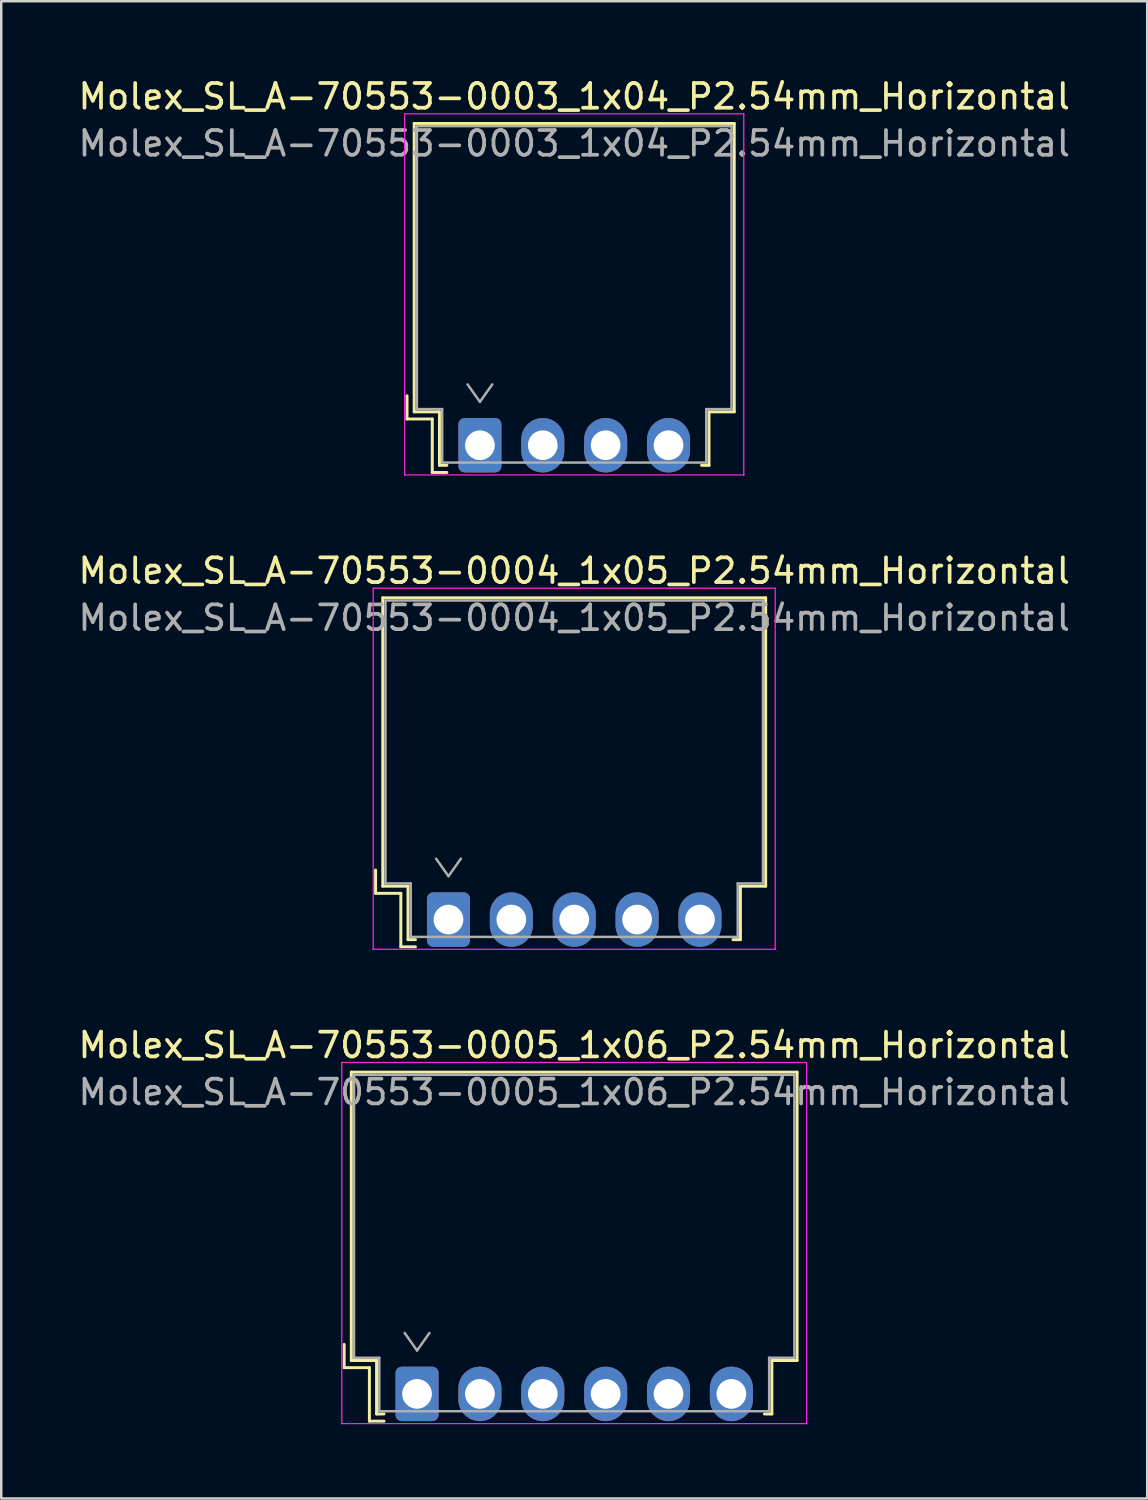
<source format=kicad_pcb>
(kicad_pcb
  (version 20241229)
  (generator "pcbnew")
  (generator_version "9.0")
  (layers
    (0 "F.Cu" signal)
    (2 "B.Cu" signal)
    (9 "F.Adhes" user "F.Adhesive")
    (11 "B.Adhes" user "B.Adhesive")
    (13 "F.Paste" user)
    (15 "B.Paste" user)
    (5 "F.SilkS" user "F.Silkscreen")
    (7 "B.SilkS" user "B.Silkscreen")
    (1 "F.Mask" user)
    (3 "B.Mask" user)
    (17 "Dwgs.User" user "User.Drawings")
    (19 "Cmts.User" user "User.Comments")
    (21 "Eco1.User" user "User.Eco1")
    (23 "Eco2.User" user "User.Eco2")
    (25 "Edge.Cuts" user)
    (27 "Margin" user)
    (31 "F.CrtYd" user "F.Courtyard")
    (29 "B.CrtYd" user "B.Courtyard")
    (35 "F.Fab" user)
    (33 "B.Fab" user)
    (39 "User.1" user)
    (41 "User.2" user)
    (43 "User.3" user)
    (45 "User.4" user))
  (footprint "Molex_SL_A-70553-0004_1x05_P2.54mm_Horizontal"
    (layer "F.Cu")
    (at 15.069 34.102)
    (property "Reference" "Molex_SL_A-70553-0004_1x05_P2.54mm_Horizontal" (at 5.08 -14.09 0) (layer "F.SilkS") (effects (font (size 1 1) (thickness 0.15))))
    (attr through_hole)
    (fp_line (start -2.945 -2) (end -2.945 -1.06) (stroke (width 0.12) (type solid)) (layer "F.SilkS"))
    (fp_line (start -2.945 -1.06) (end -1.925 -1.06) (stroke (width 0.12) (type solid)) (layer "F.SilkS"))
    (fp_line (start -2.655 -13) (end 12.815 -13) (stroke (width 0.12) (type solid)) (layer "F.SilkS"))
    (fp_line (start -2.655 -1.35) (end -2.655 -13) (stroke (width 0.12) (type solid)) (layer "F.SilkS"))
    (fp_line (start -2.655 -1.35) (end -1.635 -1.35) (stroke (width 0.12) (type solid)) (layer "F.SilkS"))
    (fp_line (start -1.925 -1.06) (end -1.925 1.1) (stroke (width 0.12) (type solid)) (layer "F.SilkS"))
    (fp_line (start -1.925 1.1) (end -1.335 1.1) (stroke (width 0.12) (type solid)) (layer "F.SilkS"))
    (fp_line (start -1.635 -1.35) (end -1.635 0.81) (stroke (width 0.12) (type solid)) (layer "F.SilkS"))
    (fp_line (start -1.635 0.81) (end -1.335 0.81) (stroke (width 0.12) (type solid)) (layer "F.SilkS"))
    (fp_line (start 11.795 -1.35) (end 11.795 0.81) (stroke (width 0.12) (type solid)) (layer "F.SilkS"))
    (fp_line (start 11.795 0.81) (end 11.495 0.81) (stroke (width 0.12) (type solid)) (layer "F.SilkS"))
    (fp_line (start 12.815 -13) (end 12.815 -1.35) (stroke (width 0.12) (type solid)) (layer "F.SilkS"))
    (fp_line (start 12.815 -1.35) (end 11.795 -1.35) (stroke (width 0.12) (type solid)) (layer "F.SilkS"))
    (fp_line (start -3.04 -13.39) (end -3.04 1.2) (stroke (width 0.05) (type solid)) (layer "F.CrtYd"))
    (fp_line (start -3.04 1.2) (end -3.04 1.2) (stroke (width 0.05) (type solid)) (layer "F.CrtYd"))
    (fp_line (start -3.04 1.2) (end -3.04 1.2) (stroke (width 0.05) (type solid)) (layer "F.CrtYd"))
    (fp_line (start -3.04 1.2) (end 13.2 1.2) (stroke (width 0.05) (type solid)) (layer "F.CrtYd"))
    (fp_line (start 13.2 -13.39) (end -3.04 -13.39) (stroke (width 0.05) (type solid)) (layer "F.CrtYd"))
    (fp_line (start 13.2 1.2) (end 13.2 -13.39) (stroke (width 0.05) (type solid)) (layer "F.CrtYd"))
    (fp_line (start 13.2 1.2) (end 13.2 1.2) (stroke (width 0.05) (type solid)) (layer "F.CrtYd"))
    (fp_line (start 13.2 1.2) (end 13.2 1.2) (stroke (width 0.05) (type solid)) (layer "F.CrtYd"))
    (fp_line (start -2.545 -12.89) (end -2.545 -1.46) (stroke (width 0.1) (type solid)) (layer "F.Fab"))
    (fp_line (start -2.545 -1.46) (end -1.525 -1.46) (stroke (width 0.1) (type solid)) (layer "F.Fab"))
    (fp_line (start -1.525 -1.46) (end -1.525 0.7) (stroke (width 0.1) (type solid)) (layer "F.Fab"))
    (fp_line (start -1.525 0.7) (end 11.685 0.7) (stroke (width 0.1) (type solid)) (layer "F.Fab"))
    (fp_line (start -0.5 -2.46) (end 0 -1.753) (stroke (width 0.1) (type solid)) (layer "F.Fab"))
    (fp_line (start 0 -1.753) (end 0.5 -2.46) (stroke (width 0.1) (type solid)) (layer "F.Fab"))
    (fp_line (start 11.685 -1.46) (end 12.705 -1.46) (stroke (width 0.1) (type solid)) (layer "F.Fab"))
    (fp_line (start 11.685 0.7) (end 11.685 -1.46) (stroke (width 0.1) (type solid)) (layer "F.Fab"))
    (fp_line (start 12.705 -12.89) (end -2.545 -12.89) (stroke (width 0.1) (type solid)) (layer "F.Fab"))
    (fp_line (start 12.705 -1.46) (end 12.705 -12.89) (stroke (width 0.1) (type solid)) (layer "F.Fab"))
    (fp_text user "${REFERENCE}" (at 5.08 -12.19 0) (layer "F.Fab") (effects (font (size 1 1) (thickness 0.15))))
    (pad "1" thru_hole roundrect (at 0 0) (size 1.74 2.2) (drill 1.2) (layers "*.Cu" "*.Mask") (roundrect_rratio 0.144))
    (pad "2" thru_hole oval (at 2.54 0) (size 1.74 2.2) (drill 1.2) (layers "*.Cu" "*.Mask"))
    (pad "3" thru_hole oval (at 5.08 0) (size 1.74 2.2) (drill 1.2) (layers "*.Cu" "*.Mask"))
    (pad "4" thru_hole oval (at 7.62 0) (size 1.74 2.2) (drill 1.2) (layers "*.Cu" "*.Mask"))
    (pad "5" thru_hole oval (at 10.16 0) (size 1.74 2.2) (drill 1.2) (layers "*.Cu" "*.Mask")))
  (footprint "Molex_SL_A-70553-0003_1x04_P2.54mm_Horizontal"
    (layer "F.Cu")
    (at 16.339 14.938)
    (property "Reference" "Molex_SL_A-70553-0003_1x04_P2.54mm_Horizontal" (at 3.81 -14.09 0) (layer "F.SilkS") (effects (font (size 1 1) (thickness 0.15))))
    (attr through_hole)
    (fp_line (start -2.945 -2) (end -2.945 -1.06) (stroke (width 0.12) (type solid)) (layer "F.SilkS"))
    (fp_line (start -2.945 -1.06) (end -1.925 -1.06) (stroke (width 0.12) (type solid)) (layer "F.SilkS"))
    (fp_line (start -2.655 -13) (end 10.275 -13) (stroke (width 0.12) (type solid)) (layer "F.SilkS"))
    (fp_line (start -2.655 -1.35) (end -2.655 -13) (stroke (width 0.12) (type solid)) (layer "F.SilkS"))
    (fp_line (start -2.655 -1.35) (end -1.635 -1.35) (stroke (width 0.12) (type solid)) (layer "F.SilkS"))
    (fp_line (start -1.925 -1.06) (end -1.925 1.1) (stroke (width 0.12) (type solid)) (layer "F.SilkS"))
    (fp_line (start -1.925 1.1) (end -1.335 1.1) (stroke (width 0.12) (type solid)) (layer "F.SilkS"))
    (fp_line (start -1.635 -1.35) (end -1.635 0.81) (stroke (width 0.12) (type solid)) (layer "F.SilkS"))
    (fp_line (start -1.635 0.81) (end -1.335 0.81) (stroke (width 0.12) (type solid)) (layer "F.SilkS"))
    (fp_line (start 9.255 -1.35) (end 9.255 0.81) (stroke (width 0.12) (type solid)) (layer "F.SilkS"))
    (fp_line (start 9.255 0.81) (end 8.955 0.81) (stroke (width 0.12) (type solid)) (layer "F.SilkS"))
    (fp_line (start 10.275 -13) (end 10.275 -1.35) (stroke (width 0.12) (type solid)) (layer "F.SilkS"))
    (fp_line (start 10.275 -1.35) (end 9.255 -1.35) (stroke (width 0.12) (type solid)) (layer "F.SilkS"))
    (fp_line (start -3.04 -13.39) (end -3.04 1.2) (stroke (width 0.05) (type solid)) (layer "F.CrtYd"))
    (fp_line (start -3.04 1.2) (end -3.04 1.2) (stroke (width 0.05) (type solid)) (layer "F.CrtYd"))
    (fp_line (start -3.04 1.2) (end -3.04 1.2) (stroke (width 0.05) (type solid)) (layer "F.CrtYd"))
    (fp_line (start -3.04 1.2) (end 10.66 1.2) (stroke (width 0.05) (type solid)) (layer "F.CrtYd"))
    (fp_line (start 10.66 -13.39) (end -3.04 -13.39) (stroke (width 0.05) (type solid)) (layer "F.CrtYd"))
    (fp_line (start 10.66 1.2) (end 10.66 -13.39) (stroke (width 0.05) (type solid)) (layer "F.CrtYd"))
    (fp_line (start 10.66 1.2) (end 10.66 1.2) (stroke (width 0.05) (type solid)) (layer "F.CrtYd"))
    (fp_line (start 10.66 1.2) (end 10.66 1.2) (stroke (width 0.05) (type solid)) (layer "F.CrtYd"))
    (fp_line (start -2.545 -12.89) (end -2.545 -1.46) (stroke (width 0.1) (type solid)) (layer "F.Fab"))
    (fp_line (start -2.545 -1.46) (end -1.525 -1.46) (stroke (width 0.1) (type solid)) (layer "F.Fab"))
    (fp_line (start -1.525 -1.46) (end -1.525 0.7) (stroke (width 0.1) (type solid)) (layer "F.Fab"))
    (fp_line (start -1.525 0.7) (end 9.145 0.7) (stroke (width 0.1) (type solid)) (layer "F.Fab"))
    (fp_line (start -0.5 -2.46) (end 0 -1.753) (stroke (width 0.1) (type solid)) (layer "F.Fab"))
    (fp_line (start 0 -1.753) (end 0.5 -2.46) (stroke (width 0.1) (type solid)) (layer "F.Fab"))
    (fp_line (start 9.145 -1.46) (end 10.165 -1.46) (stroke (width 0.1) (type solid)) (layer "F.Fab"))
    (fp_line (start 9.145 0.7) (end 9.145 -1.46) (stroke (width 0.1) (type solid)) (layer "F.Fab"))
    (fp_line (start 10.165 -12.89) (end -2.545 -12.89) (stroke (width 0.1) (type solid)) (layer "F.Fab"))
    (fp_line (start 10.165 -1.46) (end 10.165 -12.89) (stroke (width 0.1) (type solid)) (layer "F.Fab"))
    (fp_text user "${REFERENCE}" (at 3.81 -12.19 0) (layer "F.Fab") (effects (font (size 1 1) (thickness 0.15))))
    (pad "1" thru_hole roundrect (at 0 0) (size 1.74 2.2) (drill 1.2) (layers "*.Cu" "*.Mask") (roundrect_rratio 0.144))
    (pad "2" thru_hole oval (at 2.54 0) (size 1.74 2.2) (drill 1.2) (layers "*.Cu" "*.Mask"))
    (pad "3" thru_hole oval (at 5.08 0) (size 1.74 2.2) (drill 1.2) (layers "*.Cu" "*.Mask"))
    (pad "4" thru_hole oval (at 7.62 0) (size 1.74 2.2) (drill 1.2) (layers "*.Cu" "*.Mask")))
  (footprint "Molex_SL_A-70553-0005_1x06_P2.54mm_Horizontal"
    (layer "F.Cu")
    (at 13.799 53.265)
    (property "Reference" "Molex_SL_A-70553-0005_1x06_P2.54mm_Horizontal" (at 6.35 -14.09 0) (layer "F.SilkS") (effects (font (size 1 1) (thickness 0.15))))
    (attr through_hole)
    (fp_line (start -2.945 -2) (end -2.945 -1.06) (stroke (width 0.12) (type solid)) (layer "F.SilkS"))
    (fp_line (start -2.945 -1.06) (end -1.925 -1.06) (stroke (width 0.12) (type solid)) (layer "F.SilkS"))
    (fp_line (start -2.655 -13) (end 15.355 -13) (stroke (width 0.12) (type solid)) (layer "F.SilkS"))
    (fp_line (start -2.655 -1.35) (end -2.655 -13) (stroke (width 0.12) (type solid)) (layer "F.SilkS"))
    (fp_line (start -2.655 -1.35) (end -1.635 -1.35) (stroke (width 0.12) (type solid)) (layer "F.SilkS"))
    (fp_line (start -1.925 -1.06) (end -1.925 1.1) (stroke (width 0.12) (type solid)) (layer "F.SilkS"))
    (fp_line (start -1.925 1.1) (end -1.335 1.1) (stroke (width 0.12) (type solid)) (layer "F.SilkS"))
    (fp_line (start -1.635 -1.35) (end -1.635 0.81) (stroke (width 0.12) (type solid)) (layer "F.SilkS"))
    (fp_line (start -1.635 0.81) (end -1.335 0.81) (stroke (width 0.12) (type solid)) (layer "F.SilkS"))
    (fp_line (start 14.335 -1.35) (end 14.335 0.81) (stroke (width 0.12) (type solid)) (layer "F.SilkS"))
    (fp_line (start 14.335 0.81) (end 14.035 0.81) (stroke (width 0.12) (type solid)) (layer "F.SilkS"))
    (fp_line (start 15.355 -13) (end 15.355 -1.35) (stroke (width 0.12) (type solid)) (layer "F.SilkS"))
    (fp_line (start 15.355 -1.35) (end 14.335 -1.35) (stroke (width 0.12) (type solid)) (layer "F.SilkS"))
    (fp_line (start -3.04 -13.39) (end -3.04 1.2) (stroke (width 0.05) (type solid)) (layer "F.CrtYd"))
    (fp_line (start -3.04 1.2) (end -3.04 1.2) (stroke (width 0.05) (type solid)) (layer "F.CrtYd"))
    (fp_line (start -3.04 1.2) (end -3.04 1.2) (stroke (width 0.05) (type solid)) (layer "F.CrtYd"))
    (fp_line (start -3.04 1.2) (end 15.74 1.2) (stroke (width 0.05) (type solid)) (layer "F.CrtYd"))
    (fp_line (start 15.74 -13.39) (end -3.04 -13.39) (stroke (width 0.05) (type solid)) (layer "F.CrtYd"))
    (fp_line (start 15.74 1.2) (end 15.74 -13.39) (stroke (width 0.05) (type solid)) (layer "F.CrtYd"))
    (fp_line (start 15.74 1.2) (end 15.74 1.2) (stroke (width 0.05) (type solid)) (layer "F.CrtYd"))
    (fp_line (start 15.74 1.2) (end 15.74 1.2) (stroke (width 0.05) (type solid)) (layer "F.CrtYd"))
    (fp_line (start -2.545 -12.89) (end -2.545 -1.46) (stroke (width 0.1) (type solid)) (layer "F.Fab"))
    (fp_line (start -2.545 -1.46) (end -1.525 -1.46) (stroke (width 0.1) (type solid)) (layer "F.Fab"))
    (fp_line (start -1.525 -1.46) (end -1.525 0.7) (stroke (width 0.1) (type solid)) (layer "F.Fab"))
    (fp_line (start -1.525 0.7) (end 14.225 0.7) (stroke (width 0.1) (type solid)) (layer "F.Fab"))
    (fp_line (start -0.5 -2.46) (end 0 -1.753) (stroke (width 0.1) (type solid)) (layer "F.Fab"))
    (fp_line (start 0 -1.753) (end 0.5 -2.46) (stroke (width 0.1) (type solid)) (layer "F.Fab"))
    (fp_line (start 14.225 -1.46) (end 15.245 -1.46) (stroke (width 0.1) (type solid)) (layer "F.Fab"))
    (fp_line (start 14.225 0.7) (end 14.225 -1.46) (stroke (width 0.1) (type solid)) (layer "F.Fab"))
    (fp_line (start 15.245 -12.89) (end -2.545 -12.89) (stroke (width 0.1) (type solid)) (layer "F.Fab"))
    (fp_line (start 15.245 -1.46) (end 15.245 -12.89) (stroke (width 0.1) (type solid)) (layer "F.Fab"))
    (fp_text user "${REFERENCE}" (at 6.35 -12.19 0) (layer "F.Fab") (effects (font (size 1 1) (thickness 0.15))))
    (pad "1" thru_hole roundrect (at 0 0) (size 1.74 2.2) (drill 1.2) (layers "*.Cu" "*.Mask") (roundrect_rratio 0.144))
    (pad "2" thru_hole oval (at 2.54 0) (size 1.74 2.2) (drill 1.2) (layers "*.Cu" "*.Mask"))
    (pad "3" thru_hole oval (at 5.08 0) (size 1.74 2.2) (drill 1.2) (layers "*.Cu" "*.Mask"))
    (pad "4" thru_hole oval (at 7.62 0) (size 1.74 2.2) (drill 1.2) (layers "*.Cu" "*.Mask"))
    (pad "5" thru_hole oval (at 10.16 0) (size 1.74 2.2) (drill 1.2) (layers "*.Cu" "*.Mask"))
    (pad "6" thru_hole oval (at 12.7 0) (size 1.74 2.2) (drill 1.2) (layers "*.Cu" "*.Mask")))
  (gr_rect
    (start -3 -3)
    (end 43.298 57.49)
    (stroke (width 0.1) (type default))
    (fill no)
    (layer "Edge.Cuts")))
</source>
